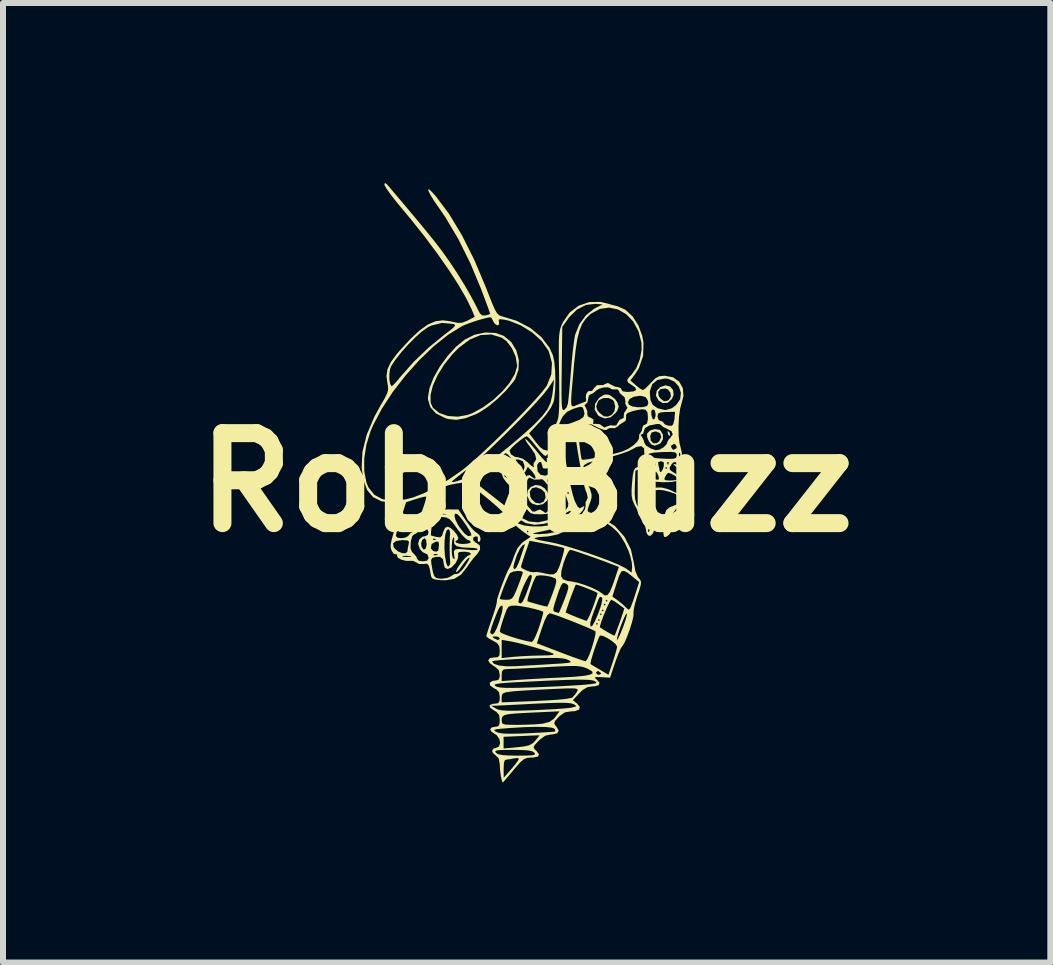
<source format=kicad_pcb>
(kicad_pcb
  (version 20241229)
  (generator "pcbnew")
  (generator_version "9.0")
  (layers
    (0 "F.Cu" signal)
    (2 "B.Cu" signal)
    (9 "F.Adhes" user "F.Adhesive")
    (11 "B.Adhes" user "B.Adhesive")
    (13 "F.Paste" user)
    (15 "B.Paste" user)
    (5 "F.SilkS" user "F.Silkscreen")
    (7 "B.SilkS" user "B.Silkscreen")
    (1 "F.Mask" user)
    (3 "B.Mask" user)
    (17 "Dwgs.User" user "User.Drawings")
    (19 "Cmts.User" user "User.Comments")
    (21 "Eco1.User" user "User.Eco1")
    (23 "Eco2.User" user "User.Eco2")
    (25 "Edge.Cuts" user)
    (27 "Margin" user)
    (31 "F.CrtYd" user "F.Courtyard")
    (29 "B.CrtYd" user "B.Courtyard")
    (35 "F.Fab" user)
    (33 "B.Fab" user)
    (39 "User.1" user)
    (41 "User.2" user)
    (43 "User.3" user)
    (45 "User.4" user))
  (footprint "RoboBuzz"
    (layer "F.Cu")
    (at 5.729 4.991)
    (property "Reference" "RoboBuzz" (at 0 0 0) (layer "F.SilkS") (effects (font (size 1.5 1.5) (thickness 0.3))))
    (attr board_only exclude_from_pos_files exclude_from_bom)
    (fp_poly (pts (xy 2.372 -0.843) (xy 2.384 -0.819) (xy 2.393 -0.774) (xy 2.371 -0.783) (xy 2.356 -0.804) (xy 2.346 -0.846) (xy 2.35 -0.853)) (stroke (width 0) (type solid)) (fill yes) (layer "F.SilkS"))
    (fp_poly (pts (xy 2.391 -1.598) (xy 2.44 -1.54) (xy 2.449 -1.459) (xy 2.421 -1.391) (xy 2.35 -1.327) (xy 2.267 -1.323) (xy 2.199 -1.365) (xy 2.153 -1.447) (xy 2.164 -1.508) (xy 2.191 -1.508) (xy 2.2 -1.439) (xy 2.231 -1.397) (xy 2.287 -1.354) (xy 2.337 -1.358) (xy 2.368 -1.375) (xy 2.403 -1.428) (xy 2.396 -1.495) (xy 2.354 -1.55) (xy 2.313 -1.566) (xy 2.231 -1.556) (xy 2.191 -1.508) (xy 2.164 -1.508) (xy 2.168 -1.529) (xy 2.227 -1.589) (xy 2.315 -1.619)) (stroke (width 0) (type solid)) (fill yes) (layer "F.SilkS"))
    (fp_poly (pts (xy 2.213 -0.877) (xy 2.229 -0.866) (xy 2.271 -0.797) (xy 2.27 -0.716) (xy 2.228 -0.651) (xy 2.215 -0.643) (xy 2.135 -0.613) (xy 2.079 -0.632) (xy 2.037 -0.685) (xy 2.006 -0.759) (xy 2.007 -0.773) (xy 2.058 -0.773) (xy 2.068 -0.695) (xy 2.112 -0.652) (xy 2.172 -0.656) (xy 2.212 -0.688) (xy 2.243 -0.76) (xy 2.222 -0.821) (xy 2.159 -0.849) (xy 2.148 -0.85) (xy 2.083 -0.833) (xy 2.058 -0.773) (xy 2.007 -0.773) (xy 2.007 -0.814) (xy 2.057 -0.866) (xy 2.136 -0.889)) (stroke (width 0) (type solid)) (fill yes) (layer "F.SilkS"))
    (fp_poly (pts (xy 0.227 0.054) (xy 0.301 0.1) (xy 0.351 0.17) (xy 0.361 0.251) (xy 0.34 0.304) (xy 0.269 0.363) (xy 0.177 0.38) (xy 0.09 0.353) (xy 0.051 0.315) (xy 0.005 0.218) (xy 0.015 0.155) (xy 0.051 0.155) (xy 0.06 0.237) (xy 0.081 0.279) (xy 0.147 0.339) (xy 0.221 0.351) (xy 0.284 0.32) (xy 0.315 0.251) (xy 0.302 0.168) (xy 0.247 0.114) (xy 0.157 0.08) (xy 0.087 0.098) (xy 0.051 0.155) (xy 0.015 0.155) (xy 0.019 0.135) (xy 0.065 0.079) (xy 0.144 0.043)) (stroke (width 0) (type solid)) (fill yes) (layer "F.SilkS"))
    (fp_poly (pts (xy 1.395 -1.449) (xy 1.471 -1.391) (xy 1.513 -1.33) (xy 1.533 -1.263) (xy 1.513 -1.202) (xy 1.486 -1.162) (xy 1.399 -1.085) (xy 1.301 -1.066) (xy 1.207 -1.104) (xy 1.187 -1.122) (xy 1.134 -1.213) (xy 1.137 -1.269) (xy 1.158 -1.269) (xy 1.175 -1.205) (xy 1.219 -1.155) (xy 1.288 -1.101) (xy 1.354 -1.098) (xy 1.413 -1.124) (xy 1.46 -1.18) (xy 1.475 -1.264) (xy 1.456 -1.346) (xy 1.437 -1.373) (xy 1.366 -1.407) (xy 1.279 -1.406) (xy 1.207 -1.373) (xy 1.188 -1.349) (xy 1.158 -1.269) (xy 1.137 -1.269) (xy 1.14 -1.311) (xy 1.202 -1.402) (xy 1.226 -1.422) (xy 1.296 -1.464) (xy 1.356 -1.464)) (stroke (width 0) (type solid)) (fill yes) (layer "F.SilkS"))
    (fp_poly (pts (xy -0.518 -2.491) (xy -0.385 -2.444) (xy -0.259 -2.341) (xy -0.173 -2.201) (xy -0.131 -2.041) (xy -0.137 -1.876) (xy -0.193 -1.721) (xy -0.22 -1.681) (xy -0.342 -1.535) (xy -0.489 -1.39) (xy -0.645 -1.261) (xy -0.791 -1.165) (xy -0.842 -1.139) (xy -1.023 -1.07) (xy -1.174 -1.043) (xy -1.31 -1.057) (xy -1.36 -1.073) (xy -1.512 -1.15) (xy -1.606 -1.253) (xy -1.645 -1.383) (xy -1.646 -1.417) (xy -1.639 -1.458) (xy -1.603 -1.458) (xy -1.601 -1.328) (xy -1.563 -1.244) (xy -1.457 -1.157) (xy -1.313 -1.107) (xy -1.147 -1.096) (xy -0.978 -1.127) (xy -0.902 -1.156) (xy -0.725 -1.253) (xy -0.556 -1.377) (xy -0.406 -1.517) (xy -0.284 -1.662) (xy -0.199 -1.804) (xy -0.161 -1.931) (xy -0.16 -1.953) (xy -0.184 -2.097) (xy -0.247 -2.238) (xy -0.336 -2.354) (xy -0.417 -2.413) (xy -0.589 -2.466) (xy -0.767 -2.456) (xy -0.947 -2.382) (xy -1.13 -2.246) (xy -1.235 -2.14) (xy -1.376 -1.964) (xy -1.487 -1.785) (xy -1.564 -1.613) (xy -1.603 -1.458) (xy -1.639 -1.458) (xy -1.621 -1.569) (xy -1.553 -1.744) (xy -1.45 -1.927) (xy -1.321 -2.104) (xy -1.177 -2.262) (xy -1.036 -2.378) (xy -0.871 -2.461) (xy -0.692 -2.499)) (stroke (width 0) (type solid)) (fill yes) (layer "F.SilkS"))
    (fp_poly (pts (xy -2.331 -4.97) (xy -2.3 -4.935) (xy -2.084 -4.68) (xy -1.905 -4.467) (xy -1.758 -4.291) (xy -1.638 -4.144) (xy -1.54 -4.023) (xy -1.459 -3.919) (xy -1.39 -3.827) (xy -1.389 -3.825) (xy -1.272 -3.659) (xy -1.148 -3.471) (xy -1.028 -3.276) (xy -0.923 -3.092) (xy -0.841 -2.937) (xy -0.823 -2.898) (xy -0.78 -2.817) (xy -0.74 -2.783) (xy -0.687 -2.783) (xy -0.628 -2.799) (xy -0.609 -2.811) (xy -0.62 -2.844) (xy -0.649 -2.926) (xy -0.693 -3.044) (xy -0.747 -3.188) (xy -0.757 -3.216) (xy -0.938 -3.65) (xy -1.139 -4.055) (xy -1.353 -4.416) (xy -1.457 -4.568) (xy -1.546 -4.696) (xy -1.607 -4.796) (xy -1.639 -4.862) (xy -1.641 -4.889) (xy -1.613 -4.874) (xy -1.551 -4.811) (xy -1.516 -4.771) (xy -1.293 -4.474) (xy -1.08 -4.121) (xy -0.874 -3.71) (xy -0.675 -3.238) (xy -0.641 -3.15) (xy -0.58 -2.995) (xy -0.534 -2.889) (xy -0.497 -2.824) (xy -0.462 -2.788) (xy -0.424 -2.772) (xy -0.42 -2.771) (xy -0.165 -2.693) (xy 0.059 -2.575) (xy 0.243 -2.424) (xy 0.378 -2.247) (xy 0.435 -2.125) (xy 0.459 -2.019) (xy 0.473 -1.871) (xy 0.478 -1.704) (xy 0.474 -1.54) (xy 0.46 -1.399) (xy 0.447 -1.338) (xy 0.403 -1.244) (xy 0.319 -1.124) (xy 0.227 -1.018) (xy 0.04 -0.818) (xy 0.151 -0.673) (xy 0.222 -0.589) (xy 0.279 -0.546) (xy 0.345 -0.53) (xy 0.387 -0.529) (xy 0.424 -0.532) (xy 0.548 -0.532) (xy 0.554 -0.49) (xy 0.565 -0.49) (xy 0.572 -0.533) (xy 0.567 -0.551) (xy 0.553 -0.563) (xy 0.548 -0.532) (xy 0.424 -0.532) (xy 0.469 -0.535) (xy 0.5 -0.556) (xy 0.499 -0.577) (xy 0.475 -0.706) (xy 0.518 -0.706) (xy 0.523 -0.66) (xy 0.534 -0.665) (xy 0.539 -0.731) (xy 0.534 -0.746) (xy 0.523 -0.75) (xy 0.518 -0.706) (xy 0.475 -0.706) (xy 0.462 -0.776) (xy 0.467 -0.834) (xy 0.481 -0.834) (xy 0.493 -0.807) (xy 0.502 -0.812) (xy 0.506 -0.851) (xy 0.502 -0.855) (xy 0.483 -0.851) (xy 0.481 -0.834) (xy 0.467 -0.834) (xy 0.474 -0.932) (xy 0.475 -0.936) (xy 0.533 -0.936) (xy 0.538 -0.93) (xy 0.58 -0.94) (xy 0.664 -0.965) (xy 0.763 -0.997) (xy 0.882 -1.044) (xy 0.946 -1.09) (xy 0.964 -1.147) (xy 0.945 -1.227) (xy 0.944 -1.229) (xy 0.925 -1.256) (xy 0.888 -1.26) (xy 0.815 -1.239) (xy 0.782 -1.229) (xy 0.676 -1.179) (xy 0.606 -1.107) (xy 0.576 -1.055) (xy 0.543 -0.98) (xy 0.533 -0.936) (xy 0.475 -0.936) (xy 0.497 -0.994) (xy 0.515 -1.036) (xy 0.528 -1.09) (xy 0.536 -1.165) (xy 0.541 -1.271) (xy 0.543 -1.415) (xy 0.543 -1.484) (xy 0.58 -1.484) (xy 0.582 -1.359) (xy 0.586 -1.276) (xy 0.594 -1.227) (xy 0.606 -1.206) (xy 0.622 -1.206) (xy 0.622 -1.206) (xy 0.663 -1.248) (xy 0.686 -1.31) (xy 0.688 -1.327) (xy 0.741 -1.327) (xy 0.748 -1.284) (xy 0.765 -1.268) (xy 0.791 -1.271) (xy 0.825 -1.286) (xy 0.962 -1.286) (xy 0.987 -1.244) (xy 1.012 -1.181) (xy 1.009 -1.147) (xy 1.018 -1.101) (xy 1.061 -1.08) (xy 1.112 -1.05) (xy 1.111 -1.01) (xy 1.108 -0.973) (xy 1.15 -0.977) (xy 1.22 -0.97) (xy 1.25 -0.946) (xy 1.296 -0.915) (xy 1.334 -0.932) (xy 1.397 -0.953) (xy 1.438 -0.948) (xy 1.493 -0.95) (xy 1.516 -0.993) (xy 1.551 -1.046) (xy 1.583 -1.058) (xy 1.619 -1.079) (xy 1.617 -1.102) (xy 1.623 -1.158) (xy 1.65 -1.196) (xy 1.68 -1.245) (xy 1.665 -1.268) (xy 1.643 -1.313) (xy 1.645 -1.338) (xy 1.687 -1.338) (xy 1.703 -1.295) (xy 1.758 -1.267) (xy 1.848 -1.253) (xy 1.941 -1.255) (xy 2.008 -1.275) (xy 2.028 -1.324) (xy 2.017 -1.371) (xy 1.981 -1.423) (xy 1.911 -1.442) (xy 1.879 -1.443) (xy 1.782 -1.428) (xy 1.714 -1.389) (xy 1.687 -1.338) (xy 1.645 -1.338) (xy 1.646 -1.351) (xy 1.634 -1.416) (xy 1.601 -1.445) (xy 1.551 -1.489) (xy 1.549 -1.494) (xy 2.053 -1.494) (xy 2.063 -1.372) (xy 2.1 -1.294) (xy 2.175 -1.241) (xy 2.194 -1.233) (xy 2.311 -1.205) (xy 2.417 -1.235) (xy 2.493 -1.292) (xy 2.558 -1.387) (xy 2.57 -1.494) (xy 2.537 -1.596) (xy 2.466 -1.678) (xy 2.362 -1.726) (xy 2.304 -1.732) (xy 2.177 -1.707) (xy 2.092 -1.636) (xy 2.054 -1.525) (xy 2.053 -1.494) (xy 1.549 -1.494) (xy 1.539 -1.521) (xy 1.515 -1.552) (xy 1.479 -1.55) (xy 1.419 -1.552) (xy 1.397 -1.568) (xy 1.353 -1.586) (xy 1.279 -1.582) (xy 1.202 -1.559) (xy 1.149 -1.524) (xy 1.145 -1.518) (xy 1.095 -1.479) (xy 1.073 -1.475) (xy 1.036 -1.447) (xy 1.026 -1.398) (xy 1.012 -1.333) (xy 0.986 -1.307) (xy 0.962 -1.286) (xy 0.825 -1.286) (xy 0.827 -1.287) (xy 0.854 -1.298) (xy 0.932 -1.329) (xy 0.981 -1.346) (xy 0.986 -1.347) (xy 0.992 -1.373) (xy 0.985 -1.41) (xy 0.989 -1.467) (xy 1.017 -1.514) (xy 1.054 -1.528) (xy 1.067 -1.52) (xy 1.093 -1.53) (xy 1.122 -1.571) (xy 1.171 -1.621) (xy 1.209 -1.622) (xy 1.275 -1.623) (xy 1.303 -1.639) (xy 1.354 -1.658) (xy 1.399 -1.633) (xy 1.474 -1.596) (xy 1.519 -1.589) (xy 1.57 -1.572) (xy 1.579 -1.547) (xy 1.601 -1.518) (xy 1.676 -1.508) (xy 1.78 -1.517) (xy 1.826 -1.542) (xy 1.81 -1.581) (xy 1.763 -1.615) (xy 1.691 -1.664) (xy 1.674 -1.706) (xy 1.711 -1.76) (xy 1.747 -1.795) (xy 1.826 -1.904) (xy 1.885 -2.051) (xy 1.915 -2.21) (xy 1.913 -2.329) (xy 1.862 -2.523) (xy 1.775 -2.683) (xy 1.658 -2.805) (xy 1.521 -2.883) (xy 1.373 -2.914) (xy 1.22 -2.892) (xy 1.073 -2.813) (xy 1.054 -2.798) (xy 0.982 -2.726) (xy 0.925 -2.642) (xy 0.88 -2.534) (xy 0.844 -2.394) (xy 0.816 -2.212) (xy 0.79 -1.978) (xy 0.785 -1.916) (xy 0.765 -1.692) (xy 0.75 -1.523) (xy 0.742 -1.404) (xy 0.741 -1.327) (xy 0.688 -1.327) (xy 0.694 -1.372) (xy 0.706 -1.484) (xy 0.719 -1.631) (xy 0.733 -1.8) (xy 0.738 -1.86) (xy 0.753 -2.039) (xy 0.77 -2.207) (xy 0.788 -2.348) (xy 0.804 -2.446) (xy 0.808 -2.463) (xy 0.877 -2.635) (xy 0.986 -2.784) (xy 1.119 -2.892) (xy 1.143 -2.905) (xy 1.267 -2.967) (xy 1.144 -2.977) (xy 0.988 -2.958) (xy 0.839 -2.882) (xy 0.708 -2.754) (xy 0.69 -2.729) (xy 0.593 -2.592) (xy 0.584 -1.89) (xy 0.581 -1.658) (xy 0.58 -1.484) (xy 0.543 -1.484) (xy 0.542 -1.607) (xy 0.54 -1.807) (xy 0.536 -2.039) (xy 0.535 -2.216) (xy 0.536 -2.348) (xy 0.541 -2.446) (xy 0.55 -2.517) (xy 0.563 -2.573) (xy 0.582 -2.623) (xy 0.606 -2.674) (xy 0.717 -2.833) (xy 0.866 -2.945) (xy 1.04 -3.006) (xy 1.228 -3.009) (xy 1.334 -2.985) (xy 1.435 -2.956) (xy 1.513 -2.937) (xy 1.646 -2.877) (xy 1.766 -2.766) (xy 1.862 -2.616) (xy 1.927 -2.44) (xy 1.947 -2.326) (xy 1.94 -2.107) (xy 1.871 -1.907) (xy 1.806 -1.804) (xy 1.728 -1.7) (xy 1.818 -1.621) (xy 1.884 -1.568) (xy 1.932 -1.541) (xy 1.937 -1.54) (xy 1.973 -1.562) (xy 2.032 -1.619) (xy 2.069 -1.659) (xy 2.143 -1.734) (xy 2.21 -1.77) (xy 2.299 -1.778) (xy 2.303 -1.778) (xy 2.44 -1.752) (xy 2.543 -1.678) (xy 2.603 -1.57) (xy 2.613 -1.438) (xy 2.585 -1.333) (xy 2.557 -1.228) (xy 2.538 -1.086) (xy 2.53 -0.927) (xy 2.533 -0.774) (xy 2.548 -0.648) (xy 2.563 -0.593) (xy 2.586 -0.496) (xy 2.585 -0.411) (xy 2.583 -0.349) (xy 2.617 -0.302) (xy 2.68 -0.259) (xy 2.745 -0.218) (xy 2.776 -0.178) (xy 2.782 -0.117) (xy 2.774 -0.024) (xy 2.754 0.136) (xy 2.733 0.251) (xy 2.705 0.338) (xy 2.664 0.415) (xy 2.602 0.501) (xy 2.585 0.523) (xy 2.511 0.626) (xy 2.454 0.72) (xy 2.425 0.784) (xy 2.385 0.859) (xy 2.341 0.898) (xy 2.306 0.912) (xy 2.287 0.9) (xy 2.279 0.85) (xy 2.277 0.75) (xy 2.277 0.729) (xy 2.289 0.566) (xy 2.327 0.46) (xy 2.39 0.41) (xy 2.406 0.406) (xy 2.495 0.37) (xy 2.532 0.297) (xy 2.534 0.275) (xy 2.522 0.226) (xy 2.479 0.191) (xy 2.387 0.159) (xy 2.381 0.157) (xy 2.278 0.131) (xy 2.201 0.124) (xy 2.116 0.134) (xy 2.061 0.146) (xy 2.004 0.184) (xy 1.983 0.251) (xy 1.994 0.326) (xy 2.033 0.385) (xy 2.097 0.407) (xy 2.101 0.407) (xy 2.135 0.409) (xy 2.153 0.433) (xy 2.158 0.492) (xy 2.154 0.601) (xy 2.154 0.609) (xy 2.137 0.752) (xy 2.106 0.848) (xy 2.063 0.891) (xy 2.024 0.884) (xy 1.996 0.838) (xy 1.99 0.802) (xy 2.02 0.802) (xy 2.032 0.828) (xy 2.042 0.823) (xy 2.046 0.785) (xy 2.042 0.78) (xy 2.023 0.785) (xy 2.02 0.802) (xy 1.99 0.802) (xy 1.988 0.788) (xy 1.973 0.726) (xy 1.932 0.628) (xy 1.874 0.514) (xy 1.863 0.493) (xy 1.8 0.38) (xy 1.764 0.297) (xy 1.749 0.22) (xy 1.749 0.187) (xy 1.8 0.187) (xy 1.807 0.279) (xy 1.83 0.358) (xy 1.877 0.45) (xy 1.923 0.531) (xy 1.982 0.625) (xy 2.027 0.684) (xy 2.051 0.7) (xy 2.053 0.693) (xy 2.047 0.673) (xy 2.093 0.673) (xy 2.096 0.743) (xy 2.102 0.762) (xy 2.107 0.746) (xy 2.113 0.652) (xy 2.107 0.601) (xy 2.099 0.586) (xy 2.094 0.626) (xy 2.093 0.673) (xy 2.047 0.673) (xy 2.036 0.633) (xy 1.995 0.544) (xy 1.955 0.473) (xy 1.95 0.465) (xy 2.085 0.465) (xy 2.101 0.481) (xy 2.117 0.465) (xy 2.101 0.449) (xy 2.085 0.465) (xy 1.95 0.465) (xy 1.917 0.401) (xy 1.956 0.401) (xy 1.972 0.417) (xy 1.988 0.401) (xy 1.972 0.385) (xy 1.956 0.401) (xy 1.917 0.401) (xy 1.893 0.354) (xy 1.884 0.321) (xy 1.924 0.321) (xy 1.936 0.347) (xy 1.946 0.342) (xy 1.949 0.304) (xy 1.946 0.299) (xy 1.927 0.304) (xy 1.924 0.321) (xy 1.884 0.321) (xy 1.866 0.256) (xy 1.866 0.23) (xy 1.88 0.18) (xy 1.883 0.176) (xy 1.924 0.176) (xy 1.94 0.192) (xy 1.956 0.176) (xy 1.94 0.16) (xy 1.924 0.176) (xy 1.883 0.176) (xy 1.916 0.147) (xy 1.99 0.121) (xy 2.055 0.106) (xy 2.169 0.085) (xy 2.255 0.086) (xy 2.346 0.109) (xy 2.392 0.126) (xy 2.503 0.181) (xy 2.555 0.246) (xy 2.551 0.33) (xy 2.492 0.439) (xy 2.468 0.473) (xy 2.406 0.55) (xy 2.357 0.599) (xy 2.338 0.609) (xy 2.317 0.637) (xy 2.309 0.691) (xy 2.314 0.726) (xy 2.332 0.726) (xy 2.371 0.688) (xy 2.439 0.604) (xy 2.47 0.563) (xy 2.548 0.454) (xy 2.609 0.352) (xy 2.642 0.276) (xy 2.645 0.265) (xy 2.669 0.104) (xy 2.672 0.078) (xy 2.696 0.078) (xy 2.702 0.119) (xy 2.713 0.12) (xy 2.721 0.077) (xy 2.716 0.058) (xy 2.702 0.046) (xy 2.696 0.078) (xy 2.672 0.078) (xy 2.68 -0.006) (xy 2.677 -0.08) (xy 2.656 -0.13) (xy 2.616 -0.17) (xy 2.562 -0.207) (xy 2.489 -0.26) (xy 2.45 -0.298) (xy 2.447 -0.309) (xy 2.481 -0.303) (xy 2.545 -0.267) (xy 2.619 -0.214) (xy 2.686 -0.157) (xy 2.728 -0.109) (xy 2.732 -0.102) (xy 2.75 -0.065) (xy 2.755 -0.088) (xy 2.756 -0.103) (xy 2.732 -0.15) (xy 2.668 -0.215) (xy 2.609 -0.26) (xy 2.523 -0.317) (xy 2.473 -0.34) (xy 2.442 -0.333) (xy 2.416 -0.303) (xy 2.382 -0.248) (xy 2.386 -0.211) (xy 2.436 -0.173) (xy 2.472 -0.152) (xy 2.543 -0.099) (xy 2.554 -0.056) (xy 2.51 -0.025) (xy 2.416 -0.007) (xy 2.275 -0.003) (xy 2.093 -0.016) (xy 1.966 -0.038) (xy 1.9 -0.07) (xy 1.897 -0.109) (xy 1.904 -0.114) (xy 2.02 -0.114) (xy 2.048 -0.083) (xy 2.109 -0.057) (xy 2.177 -0.045) (xy 2.204 -0.049) (xy 2.203 -0.055) (xy 2.293 -0.055) (xy 2.312 -0.037) (xy 2.379 -0.032) (xy 2.404 -0.032) (xy 2.485 -0.038) (xy 2.53 -0.053) (xy 2.534 -0.059) (xy 2.508 -0.087) (xy 2.451 -0.123) (xy 2.389 -0.153) (xy 2.357 -0.16) (xy 2.333 -0.136) (xy 2.309 -0.096) (xy 2.293 -0.055) (xy 2.203 -0.055) (xy 2.202 -0.077) (xy 2.191 -0.123) (xy 2.16 -0.177) (xy 2.126 -0.178) (xy 2.066 -0.162) (xy 2.05 -0.16) (xy 2.023 -0.134) (xy 2.02 -0.114) (xy 1.904 -0.114) (xy 1.957 -0.155) (xy 2.02 -0.184) (xy 2.114 -0.235) (xy 2.149 -0.29) (xy 2.149 -0.292) (xy 2.144 -0.322) (xy 2.12 -0.328) (xy 2.063 -0.309) (xy 1.98 -0.272) (xy 1.812 -0.194) (xy 1.803 0.058) (xy 1.8 0.187) (xy 1.749 0.187) (xy 1.748 0.123) (xy 1.755 0.021) (xy 1.768 -0.114) (xy 1.785 -0.197) (xy 1.809 -0.238) (xy 1.824 -0.246) (xy 1.939 -0.291) (xy 1.992 -0.333) (xy 1.991 -0.338) (xy 2.191 -0.338) (xy 2.193 -0.302) (xy 2.211 -0.228) (xy 2.213 -0.204) (xy 2.224 -0.17) (xy 2.248 -0.183) (xy 2.274 -0.232) (xy 2.276 -0.241) (xy 2.309 -0.241) (xy 2.325 -0.224) (xy 2.341 -0.241) (xy 2.325 -0.257) (xy 2.309 -0.241) (xy 2.276 -0.241) (xy 2.285 -0.272) (xy 2.286 -0.321) (xy 2.341 -0.321) (xy 2.353 -0.294) (xy 2.363 -0.299) (xy 2.366 -0.337) (xy 2.363 -0.342) (xy 2.343 -0.338) (xy 2.341 -0.321) (xy 2.286 -0.321) (xy 2.286 -0.333) (xy 2.25 -0.352) (xy 2.237 -0.353) (xy 2.191 -0.338) (xy 1.991 -0.338) (xy 1.986 -0.372) (xy 1.963 -0.435) (xy 1.962 -0.46) (xy 2.02 -0.46) (xy 2.041 -0.431) (xy 2.105 -0.411) (xy 2.222 -0.399) (xy 2.349 -0.393) (xy 2.442 -0.394) (xy 2.488 -0.408) (xy 2.501 -0.441) (xy 2.502 -0.451) (xy 2.499 -0.468) (xy 2.536 -0.468) (xy 2.542 -0.426) (xy 2.553 -0.426) (xy 2.561 -0.469) (xy 2.555 -0.487) (xy 2.541 -0.499) (xy 2.536 -0.468) (xy 2.499 -0.468) (xy 2.496 -0.483) (xy 2.47 -0.501) (xy 2.411 -0.508) (xy 2.306 -0.507) (xy 2.261 -0.506) (xy 2.119 -0.497) (xy 2.04 -0.479) (xy 2.02 -0.46) (xy 1.962 -0.46) (xy 1.962 -0.487) (xy 1.955 -0.569) (xy 1.909 -0.605) (xy 1.831 -0.591) (xy 1.773 -0.559) (xy 1.695 -0.52) (xy 1.569 -0.475) (xy 1.414 -0.429) (xy 1.298 -0.4) (xy 1.13 -0.36) (xy 1.019 -0.326) (xy 0.956 -0.288) (xy 0.934 -0.236) (xy 0.948 -0.159) (xy 0.99 -0.049) (xy 1.015 0.014) (xy 1.06 0.126) (xy 1.081 0.199) (xy 1.081 0.257) (xy 1.062 0.321) (xy 1.049 0.353) (xy 1.02 0.436) (xy 1.015 0.477) (xy 1.037 0.496) (xy 1.052 0.5) (xy 1.11 0.523) (xy 1.201 0.564) (xy 1.275 0.599) (xy 1.473 0.73) (xy 1.629 0.906) (xy 1.736 1.115) (xy 1.787 1.343) (xy 1.811 1.478) (xy 1.852 1.574) (xy 1.864 1.59) (xy 1.894 1.626) (xy 1.906 1.662) (xy 1.9 1.715) (xy 1.875 1.801) (xy 1.844 1.893) (xy 1.808 2.012) (xy 1.785 2.113) (xy 1.779 2.177) (xy 1.781 2.183) (xy 1.778 2.237) (xy 1.755 2.332) (xy 1.719 2.446) (xy 1.677 2.562) (xy 1.635 2.661) (xy 1.6 2.723) (xy 1.59 2.733) (xy 1.565 2.772) (xy 1.528 2.856) (xy 1.485 2.97) (xy 1.473 3.005) (xy 1.389 3.255) (xy 1.248 3.246) (xy 1.164 3.243) (xy 1.135 3.25) (xy 1.15 3.272) (xy 1.163 3.282) (xy 1.213 3.339) (xy 1.203 3.379) (xy 1.134 3.398) (xy 1.102 3.399) (xy 1.014 3.412) (xy 0.937 3.457) (xy 0.877 3.514) (xy 0.769 3.629) (xy 0.839 3.686) (xy 0.886 3.743) (xy 0.873 3.787) (xy 0.804 3.812) (xy 0.742 3.816) (xy 0.638 3.832) (xy 0.552 3.89) (xy 0.53 3.912) (xy 0.473 3.975) (xy 0.458 4.014) (xy 0.478 4.052) (xy 0.495 4.07) (xy 0.533 4.136) (xy 0.511 4.181) (xy 0.433 4.2) (xy 0.405 4.201) (xy 0.311 4.221) (xy 0.219 4.287) (xy 0.198 4.308) (xy 0.136 4.374) (xy 0.115 4.413) (xy 0.13 4.445) (xy 0.159 4.472) (xy 0.204 4.53) (xy 0.19 4.568) (xy 0.114 4.585) (xy 0.07 4.586) (xy 0.007 4.592) (xy -0.046 4.613) (xy -0.104 4.662) (xy -0.18 4.747) (xy -0.221 4.795) (xy -0.3 4.89) (xy -0.362 4.962) (xy -0.397 5) (xy -0.401 5.003) (xy -0.412 4.975) (xy -0.428 4.908) (xy -0.429 4.903) (xy -0.444 4.794) (xy -0.445 4.771) (xy -0.384 4.771) (xy -0.383 4.923) (xy -0.257 4.779) (xy -0.189 4.697) (xy -0.143 4.634) (xy -0.129 4.606) (xy -0.154 4.592) (xy -0.2 4.598) (xy -0.284 4.614) (xy -0.329 4.618) (xy -0.364 4.63) (xy -0.38 4.676) (xy -0.384 4.771) (xy -0.445 4.771) (xy -0.449 4.695) (xy -0.467 4.6) (xy -0.513 4.554) (xy -0.564 4.508) (xy -0.572 4.488) (xy -0.524 4.488) (xy -0.513 4.506) (xy -0.477 4.53) (xy -0.409 4.544) (xy -0.298 4.552) (xy -0.152 4.554) (xy -0.007 4.553) (xy 0.083 4.549) (xy 0.129 4.54) (xy 0.139 4.524) (xy 0.128 4.506) (xy 0.092 4.482) (xy 0.024 4.467) (xy -0.087 4.46) (xy -0.232 4.458) (xy -0.377 4.459) (xy -0.468 4.463) (xy -0.514 4.472) (xy -0.524 4.488) (xy -0.572 4.488) (xy -0.577 4.473) (xy -0.551 4.435) (xy -0.513 4.426) (xy -0.462 4.402) (xy -0.443 4.345) (xy -0.456 4.276) (xy -0.481 4.24) (xy -0.385 4.24) (xy -0.385 4.337) (xy -0.385 4.435) (xy -0.158 4.414) (xy -0.032 4.399) (xy 0.05 4.377) (xy 0.107 4.343) (xy 0.143 4.305) (xy 0.191 4.247) (xy 0.214 4.217) (xy 0.214 4.216) (xy 0.182 4.216) (xy 0.1 4.219) (xy -0.017 4.224) (xy -0.088 4.227) (xy -0.385 4.24) (xy -0.481 4.24) (xy -0.498 4.215) (xy -0.529 4.195) (xy -0.588 4.154) (xy -0.604 4.125) (xy -0.54 4.125) (xy -0.535 4.141) (xy -0.509 4.158) (xy -0.46 4.176) (xy -0.384 4.186) (xy -0.271 4.189) (xy -0.109 4.186) (xy 0.016 4.181) (xy 0.179 4.173) (xy 0.316 4.165) (xy 0.418 4.158) (xy 0.471 4.153) (xy 0.476 4.151) (xy 0.473 4.12) (xy 0.466 4.107) (xy 0.421 4.088) (xy 0.319 4.077) (xy 0.164 4.074) (xy -0.036 4.079) (xy -0.275 4.093) (xy -0.287 4.094) (xy -0.424 4.105) (xy -0.505 4.114) (xy -0.54 4.125) (xy -0.604 4.125) (xy -0.609 4.116) (xy -0.582 4.083) (xy -0.529 4.073) (xy -0.475 4.065) (xy -0.453 4.026) (xy -0.449 3.962) (xy -0.449 3.961) (xy -0.417 3.961) (xy -0.414 4) (xy -0.398 4.024) (xy -0.355 4.036) (xy -0.272 4.04) (xy -0.149 4.041) (xy -0.001 4.038) (xy 0.142 4.032) (xy 0.253 4.023) (xy 0.265 4.021) (xy 0.378 3.993) (xy 0.455 3.938) (xy 0.479 3.908) (xy 0.548 3.815) (xy 0.138 3.834) (xy -0.063 3.844) (xy -0.208 3.853) (xy -0.307 3.864) (xy -0.369 3.878) (xy -0.401 3.899) (xy -0.415 3.927) (xy -0.417 3.961) (xy -0.449 3.961) (xy -0.46 3.876) (xy -0.507 3.823) (xy -0.546 3.8) (xy -0.612 3.752) (xy -0.616 3.722) (xy -0.593 3.722) (xy -0.513 3.77) (xy -0.472 3.788) (xy -0.413 3.799) (xy -0.326 3.805) (xy -0.202 3.806) (xy -0.029 3.801) (xy 0.105 3.797) (xy 0.292 3.788) (xy 0.464 3.779) (xy 0.607 3.769) (xy 0.709 3.76) (xy 0.746 3.754) (xy 0.813 3.738) (xy 0.824 3.722) (xy 0.785 3.697) (xy 0.781 3.695) (xy 0.735 3.681) (xy 0.654 3.674) (xy 0.531 3.673) (xy 0.357 3.678) (xy 0.14 3.688) (xy -0.051 3.698) (xy -0.224 3.707) (xy -0.367 3.714) (xy -0.469 3.719) (xy -0.513 3.721) (xy -0.593 3.722) (xy -0.616 3.722) (xy -0.617 3.712) (xy -0.563 3.69) (xy -0.527 3.688) (xy -0.474 3.679) (xy -0.452 3.639) (xy -0.449 3.584) (xy -0.417 3.584) (xy -0.417 3.666) (xy 0.151 3.643) (xy 0.356 3.633) (xy 0.529 3.621) (xy 0.66 3.607) (xy 0.741 3.593) (xy 0.762 3.585) (xy 0.813 3.527) (xy 0.839 3.486) (xy 0.85 3.462) (xy 0.845 3.446) (xy 0.817 3.436) (xy 0.757 3.433) (xy 0.655 3.434) (xy 0.503 3.44) (xy 0.396 3.445) (xy 0.212 3.454) (xy 0.035 3.464) (xy -0.117 3.474) (xy -0.226 3.482) (xy -0.249 3.485) (xy -0.347 3.498) (xy -0.397 3.518) (xy -0.415 3.552) (xy -0.417 3.584) (xy -0.449 3.584) (xy -0.449 3.58) (xy -0.46 3.498) (xy -0.504 3.451) (xy -0.543 3.432) (xy -0.608 3.387) (xy -0.609 3.383) (xy -0.534 3.383) (xy -0.524 3.392) (xy -0.492 3.408) (xy -0.439 3.419) (xy -0.357 3.424) (xy -0.236 3.425) (xy -0.068 3.422) (xy 0.144 3.415) (xy 0.354 3.406) (xy 0.559 3.397) (xy 0.743 3.387) (xy 0.891 3.378) (xy 0.978 3.371) (xy 1.092 3.359) (xy 1.151 3.348) (xy 1.164 3.334) (xy 1.138 3.314) (xy 1.133 3.311) (xy 1.097 3.299) (xy 1.036 3.291) (xy 0.943 3.288) (xy 0.81 3.288) (xy 0.631 3.293) (xy 0.399 3.302) (xy 0.24 3.31) (xy -0.012 3.322) (xy -0.206 3.332) (xy -0.349 3.341) (xy -0.446 3.35) (xy -0.506 3.36) (xy -0.533 3.371) (xy -0.534 3.383) (xy -0.609 3.383) (xy -0.617 3.341) (xy -0.572 3.309) (xy -0.526 3.303) (xy -0.471 3.292) (xy -0.451 3.246) (xy -0.449 3.211) (xy -0.417 3.211) (xy -0.417 3.312) (xy -0.152 3.292) (xy -0.019 3.283) (xy 0.157 3.273) (xy 0.354 3.262) (xy 0.552 3.253) (xy 0.585 3.251) (xy 0.803 3.239) (xy 0.96 3.223) (xy 1.058 3.204) (xy 1.1 3.18) (xy 1.098 3.175) (xy 1.155 3.175) (xy 1.181 3.203) (xy 1.205 3.207) (xy 1.238 3.192) (xy 1.235 3.175) (xy 1.194 3.144) (xy 1.185 3.143) (xy 1.155 3.167) (xy 1.155 3.175) (xy 1.098 3.175) (xy 1.09 3.149) (xy 1.029 3.112) (xy 1.002 3.099) (xy 0.951 3.08) (xy 0.894 3.067) (xy 0.82 3.06) (xy 0.718 3.06) (xy 0.577 3.065) (xy 0.384 3.075) (xy 0.337 3.078) (xy 0.148 3.089) (xy -0.025 3.098) (xy -0.17 3.105) (xy -0.273 3.109) (xy -0.313 3.11) (xy -0.384 3.117) (xy -0.412 3.149) (xy -0.417 3.211) (xy -0.449 3.211) (xy -0.449 3.208) (xy -0.465 3.129) (xy -0.525 3.074) (xy -0.545 3.063) (xy -0.611 3.016) (xy -0.633 2.982) (xy -0.577 2.982) (xy -0.547 3.023) (xy -0.462 3.052) (xy -0.331 3.065) (xy -0.176 3.063) (xy -0.029 3.054) (xy 0.153 3.044) (xy 0.341 3.033) (xy 0.43 3.027) (xy 0.549 3.02) (xy 1.062 3.02) (xy 1.063 3.028) (xy 1.095 3.048) (xy 1.164 3.089) (xy 1.219 3.121) (xy 1.363 3.206) (xy 1.435 2.992) (xy 1.471 2.879) (xy 1.497 2.788) (xy 1.507 2.737) (xy 1.507 2.736) (xy 1.483 2.696) (xy 1.423 2.645) (xy 1.399 2.629) (xy 1.503 2.629) (xy 1.504 2.63) (xy 1.524 2.602) (xy 1.559 2.529) (xy 1.601 2.425) (xy 1.609 2.405) (xy 1.646 2.298) (xy 1.668 2.219) (xy 1.67 2.182) (xy 1.668 2.181) (xy 1.647 2.209) (xy 1.612 2.283) (xy 1.571 2.387) (xy 1.564 2.405) (xy 1.528 2.513) (xy 1.507 2.592) (xy 1.503 2.629) (xy 1.399 2.629) (xy 1.347 2.595) (xy 1.275 2.56) (xy 1.226 2.551) (xy 1.219 2.555) (xy 1.198 2.596) (xy 1.167 2.676) (xy 1.131 2.776) (xy 1.098 2.879) (xy 1.073 2.966) (xy 1.062 3.02) (xy 0.549 3.02) (xy 0.582 3.018) (xy 0.678 3.009) (xy 0.726 3) (xy 0.734 2.987) (xy 0.711 2.97) (xy 0.692 2.959) (xy 0.649 2.943) (xy 0.588 2.932) (xy 0.501 2.926) (xy 0.378 2.925) (xy 0.209 2.929) (xy 0.013 2.936) (xy -0.174 2.944) (xy -0.336 2.954) (xy -0.464 2.964) (xy -0.548 2.974) (xy -0.577 2.982) (xy -0.633 2.982) (xy -0.641 2.969) (xy -0.641 2.966) (xy -0.613 2.928) (xy -0.545 2.918) (xy -0.481 2.912) (xy -0.454 2.881) (xy -0.449 2.806) (xy -0.452 2.776) (xy -0.417 2.776) (xy -0.417 2.928) (xy -0.22 2.907) (xy -0.086 2.897) (xy 0.078 2.889) (xy 0.235 2.885) (xy 0.237 2.885) (xy 0.371 2.882) (xy 0.442 2.873) (xy 0.451 2.858) (xy 0.446 2.855) (xy 0.386 2.829) (xy 0.28 2.794) (xy 0.147 2.754) (xy 0.002 2.713) (xy -0.12 2.682) (xy 0.17 2.682) (xy 0.558 2.831) (xy 0.706 2.887) (xy 0.834 2.933) (xy 0.929 2.966) (xy 0.978 2.981) (xy 0.981 2.981) (xy 1.006 2.953) (xy 1.041 2.879) (xy 1.081 2.772) (xy 1.09 2.742) (xy 1.124 2.627) (xy 1.145 2.537) (xy 1.149 2.488) (xy 1.148 2.484) (xy 1.108 2.462) (xy 1.023 2.423) (xy 0.907 2.375) (xy 0.866 2.358) (xy 1.058 2.358) (xy 1.067 2.404) (xy 1.077 2.399) (xy 1.221 2.399) (xy 1.222 2.416) (xy 1.271 2.449) (xy 1.341 2.491) (xy 1.41 2.53) (xy 1.456 2.553) (xy 1.464 2.555) (xy 1.478 2.524) (xy 1.507 2.448) (xy 1.546 2.343) (xy 1.552 2.326) (xy 1.59 2.218) (xy 1.616 2.138) (xy 1.626 2.101) (xy 1.626 2.1) (xy 1.599 2.08) (xy 1.54 2.037) (xy 1.527 2.026) (xy 1.459 1.98) (xy 1.414 1.957) (xy 1.41 1.956) (xy 1.388 1.983) (xy 1.353 2.053) (xy 1.311 2.147) (xy 1.27 2.248) (xy 1.238 2.338) (xy 1.221 2.399) (xy 1.077 2.399) (xy 1.093 2.391) (xy 1.113 2.357) (xy 1.155 2.357) (xy 1.171 2.373) (xy 1.187 2.357) (xy 1.171 2.341) (xy 1.155 2.357) (xy 1.113 2.357) (xy 1.134 2.321) (xy 1.146 2.293) (xy 1.187 2.293) (xy 1.203 2.309) (xy 1.219 2.293) (xy 1.203 2.277) (xy 1.187 2.293) (xy 1.146 2.293) (xy 1.187 2.198) (xy 1.187 2.197) (xy 1.219 2.197) (xy 1.235 2.213) (xy 1.251 2.197) (xy 1.235 2.181) (xy 1.219 2.197) (xy 1.187 2.197) (xy 1.196 2.175) (xy 1.211 2.133) (xy 1.251 2.133) (xy 1.267 2.149) (xy 1.283 2.133) (xy 1.267 2.117) (xy 1.251 2.133) (xy 1.211 2.133) (xy 1.244 2.036) (xy 1.283 2.036) (xy 1.299 2.053) (xy 1.315 2.036) (xy 1.299 2.02) (xy 1.283 2.036) (xy 1.244 2.036) (xy 1.245 2.032) (xy 1.256 1.972) (xy 1.315 1.972) (xy 1.331 1.988) (xy 1.347 1.972) (xy 1.331 1.956) (xy 1.315 1.972) (xy 1.256 1.972) (xy 1.261 1.943) (xy 1.253 1.914) (xy 1.219 1.908) (xy 1.199 1.943) (xy 1.174 2.008) (xy 1.138 2.105) (xy 1.117 2.158) (xy 1.083 2.256) (xy 1.062 2.333) (xy 1.058 2.358) (xy 0.866 2.358) (xy 0.775 2.321) (xy 0.642 2.27) (xy 0.523 2.225) (xy 0.432 2.194) (xy 0.384 2.181) (xy 0.384 2.181) (xy 0.345 2.211) (xy 0.299 2.301) (xy 0.252 2.431) (xy 0.17 2.682) (xy -0.12 2.682) (xy -0.135 2.678) (xy -0.249 2.653) (xy -0.281 2.647) (xy -0.417 2.624) (xy -0.417 2.776) (xy -0.452 2.776) (xy -0.458 2.726) (xy -0.496 2.676) (xy -0.561 2.639) (xy -0.633 2.6) (xy -0.667 2.571) (xy -0.568 2.571) (xy -0.556 2.59) (xy -0.545 2.598) (xy -0.479 2.628) (xy -0.45 2.608) (xy -0.449 2.598) (xy -0.476 2.573) (xy -0.521 2.566) (xy -0.568 2.571) (xy -0.667 2.571) (xy -0.671 2.568) (xy -0.673 2.562) (xy -0.663 2.523) (xy -0.657 2.503) (xy -0.609 2.503) (xy -0.584 2.531) (xy -0.568 2.534) (xy -0.538 2.505) (xy -0.529 2.488) (xy -0.449 2.488) (xy -0.421 2.51) (xy -0.347 2.541) (xy -0.244 2.577) (xy -0.129 2.612) (xy -0.018 2.64) (xy 0.071 2.657) (xy 0.085 2.659) (xy 0.112 2.632) (xy 0.15 2.558) (xy 0.193 2.451) (xy 0.205 2.416) (xy 0.242 2.3) (xy 0.267 2.21) (xy 0.277 2.162) (xy 0.276 2.157) (xy 0.231 2.137) (xy 0.143 2.112) (xy 0.091 2.1) (xy 0.445 2.1) (xy 0.446 2.138) (xy 0.465 2.156) (xy 0.476 2.159) (xy 0.524 2.173) (xy 0.534 2.177) (xy 0.538 2.169) (xy 0.651 2.169) (xy 0.684 2.185) (xy 0.755 2.215) (xy 0.843 2.251) (xy 0.927 2.283) (xy 0.986 2.304) (xy 0.998 2.307) (xy 1.018 2.28) (xy 1.053 2.208) (xy 1.095 2.103) (xy 1.104 2.08) (xy 1.143 1.97) (xy 1.165 1.902) (xy 1.428 1.902) (xy 1.521 1.969) (xy 1.6 2.032) (xy 1.663 2.092) (xy 1.665 2.094) (xy 1.692 2.118) (xy 1.713 2.114) (xy 1.737 2.073) (xy 1.77 1.985) (xy 1.796 1.906) (xy 1.875 1.661) (xy 1.78 1.583) (xy 1.682 1.505) (xy 1.619 1.472) (xy 1.577 1.486) (xy 1.542 1.552) (xy 1.501 1.672) (xy 1.428 1.902) (xy 1.165 1.902) (xy 1.17 1.887) (xy 1.18 1.845) (xy 1.18 1.843) (xy 1.14 1.821) (xy 1.065 1.789) (xy 0.975 1.753) (xy 0.891 1.723) (xy 0.833 1.705) (xy 0.819 1.704) (xy 0.802 1.738) (xy 0.773 1.813) (xy 0.736 1.91) (xy 0.7 2.012) (xy 0.67 2.101) (xy 0.652 2.158) (xy 0.651 2.169) (xy 0.538 2.169) (xy 0.548 2.151) (xy 0.578 2.08) (xy 0.619 1.978) (xy 0.629 1.954) (xy 0.673 1.835) (xy 0.693 1.762) (xy 0.691 1.72) (xy 0.671 1.698) (xy 0.631 1.677) (xy 0.601 1.68) (xy 0.573 1.718) (xy 0.539 1.8) (xy 0.503 1.906) (xy 0.464 2.027) (xy 0.445 2.1) (xy 0.091 2.1) (xy 0.033 2.086) (xy -0.079 2.066) (xy -0.171 2.054) (xy -0.197 2.053) (xy -0.261 2.056) (xy -0.303 2.073) (xy -0.334 2.119) (xy -0.367 2.208) (xy -0.382 2.251) (xy -0.417 2.359) (xy -0.441 2.446) (xy -0.449 2.488) (xy -0.529 2.488) (xy -0.498 2.429) (xy -0.457 2.319) (xy -0.453 2.306) (xy -0.414 2.172) (xy -0.399 2.085) (xy -0.409 2.049) (xy -0.443 2.068) (xy -0.446 2.071) (xy -0.471 2.116) (xy -0.507 2.2) (xy -0.547 2.303) (xy -0.583 2.403) (xy -0.605 2.479) (xy -0.609 2.503) (xy -0.657 2.503) (xy -0.637 2.439) (xy -0.598 2.325) (xy -0.58 2.273) (xy -0.539 2.152) (xy -0.51 2.054) (xy -0.498 1.996) (xy -0.498 1.989) (xy -0.138 1.989) (xy -0.135 2.003) (xy -0.101 2.019) (xy -0.068 1.989) (xy -0.063 1.979) (xy 0.012 1.979) (xy 0.046 1.993) (xy 0.119 2.014) (xy 0.207 2.039) (xy 0.287 2.059) (xy 0.338 2.069) (xy 0.344 2.069) (xy 0.358 2.039) (xy 0.388 1.965) (xy 0.428 1.861) (xy 0.434 1.845) (xy 0.476 1.725) (xy 0.493 1.651) (xy 0.487 1.611) (xy 0.475 1.6) (xy 0.407 1.573) (xy 0.352 1.562) (xy 0.573 1.562) (xy 0.605 1.615) (xy 0.679 1.642) (xy 0.741 1.65) (xy 0.841 1.67) (xy 0.965 1.708) (xy 1.09 1.757) (xy 1.194 1.808) (xy 1.25 1.846) (xy 1.301 1.884) (xy 1.344 1.879) (xy 1.385 1.827) (xy 1.43 1.72) (xy 1.455 1.65) (xy 1.536 1.408) (xy 1.449 1.375) (xy 1.303 1.319) (xy 1.149 1.263) (xy 1.002 1.211) (xy 0.874 1.167) (xy 0.778 1.136) (xy 0.727 1.123) (xy 0.724 1.122) (xy 0.697 1.151) (xy 0.659 1.225) (xy 0.619 1.33) (xy 0.616 1.338) (xy 0.579 1.474) (xy 0.573 1.562) (xy 0.352 1.562) (xy 0.316 1.555) (xy 0.227 1.548) (xy 0.167 1.556) (xy 0.158 1.561) (xy 0.134 1.604) (xy 0.1 1.683) (xy 0.065 1.78) (xy 0.034 1.874) (xy 0.014 1.947) (xy 0.012 1.979) (xy -0.063 1.979) (xy -0.028 1.908) (xy -0.006 1.852) (xy 0.045 1.712) (xy 0.075 1.621) (xy 0.086 1.569) (xy 0.08 1.545) (xy 0.059 1.54) (xy 0.058 1.54) (xy 0.03 1.568) (xy -0.01 1.638) (xy -0.055 1.734) (xy -0.096 1.836) (xy -0.126 1.927) (xy -0.138 1.989) (xy -0.498 1.989) (xy -0.498 1.986) (xy -0.493 1.95) (xy -0.491 1.941) (xy -0.449 1.941) (xy -0.421 1.951) (xy -0.352 1.956) (xy -0.342 1.956) (xy -0.285 1.953) (xy -0.245 1.933) (xy -0.212 1.886) (xy -0.172 1.796) (xy -0.149 1.739) (xy -0.108 1.63) (xy -0.077 1.545) (xy -0.064 1.5) (xy -0.064 1.499) (xy -0.09 1.479) (xy -0.152 1.476) (xy -0.222 1.486) (xy -0.274 1.509) (xy -0.28 1.515) (xy -0.304 1.56) (xy -0.341 1.643) (xy -0.382 1.744) (xy -0.418 1.841) (xy -0.443 1.915) (xy -0.449 1.941) (xy -0.491 1.941) (xy -0.469 1.871) (xy -0.433 1.766) (xy -0.39 1.652) (xy -0.348 1.546) (xy -0.312 1.465) (xy -0.291 1.428) (xy -0.283 1.412) (xy -0.222 1.412) (xy -0.214 1.439) (xy -0.195 1.443) (xy -0.17 1.415) (xy -0.167 1.41) (xy -0.096 1.41) (xy -0.07 1.436) (xy -0.008 1.466) (xy 0.062 1.491) (xy 0.113 1.498) (xy 0.12 1.496) (xy 0.166 1.492) (xy 0.244 1.504) (xy 0.257 1.507) (xy 0.376 1.532) (xy 0.452 1.531) (xy 0.5 1.496) (xy 0.539 1.416) (xy 0.57 1.325) (xy 0.602 1.217) (xy 0.622 1.135) (xy 0.625 1.095) (xy 0.624 1.095) (xy 0.588 1.082) (xy 0.504 1.062) (xy 0.387 1.037) (xy 0.329 1.026) (xy 0.048 0.973) (xy -0.024 1.182) (xy -0.06 1.289) (xy -0.086 1.371) (xy -0.096 1.409) (xy -0.096 1.41) (xy -0.167 1.41) (xy -0.135 1.343) (xy -0.11 1.275) (xy -0.076 1.172) (xy -0.048 1.089) (xy -0.037 1.058) (xy -0.032 1.027) (xy -0.06 1.043) (xy -0.072 1.052) (xy -0.113 1.107) (xy -0.157 1.197) (xy -0.174 1.242) (xy -0.209 1.351) (xy -0.222 1.412) (xy -0.283 1.412) (xy -0.267 1.381) (xy -0.233 1.294) (xy -0.21 1.226) (xy -0.153 1.095) (xy -0.076 1.005) (xy -0.045 0.982) (xy 0.028 0.933) (xy 0.128 0.933) (xy 0.158 0.947) (xy 0.235 0.967) (xy 0.346 0.988) (xy 0.377 0.993) (xy 0.499 1.019) (xy 0.658 1.062) (xy 0.84 1.118) (xy 1.032 1.181) (xy 1.221 1.248) (xy 1.393 1.313) (xy 1.535 1.373) (xy 1.634 1.422) (xy 1.659 1.438) (xy 1.748 1.503) (xy 1.757 1.414) (xy 1.752 1.337) (xy 1.726 1.227) (xy 1.697 1.14) (xy 1.638 1.012) (xy 1.561 0.888) (xy 1.514 0.827) (xy 1.422 0.743) (xy 1.309 0.662) (xy 1.191 0.595) (xy 1.09 0.553) (xy 1.043 0.545) (xy 0.994 0.564) (xy 0.915 0.615) (xy 0.821 0.686) (xy 0.82 0.686) (xy 0.664 0.799) (xy 0.517 0.867) (xy 0.357 0.9) (xy 0.279 0.905) (xy 0.191 0.913) (xy 0.136 0.926) (xy 0.128 0.933) (xy 0.028 0.933) (xy 0.065 0.907) (xy -0.013 0.853) (xy 0.104 0.853) (xy 0.149 0.86) (xy 0.211 0.862) (xy 0.345 0.853) (xy 0.487 0.825) (xy 0.53 0.812) (xy 0.632 0.765) (xy 0.739 0.693) (xy 0.84 0.608) (xy 0.922 0.522) (xy 0.972 0.447) (xy 0.981 0.395) (xy 0.982 0.329) (xy 0.998 0.3) (xy 1.017 0.253) (xy 1.002 0.182) (xy 0.983 0.136) (xy 0.964 0.074) (xy 0.939 -0.037) (xy 0.91 -0.18) (xy 0.88 -0.343) (xy 0.852 -0.508) (xy 0.828 -0.663) (xy 0.81 -0.79) (xy 0.802 -0.876) (xy 0.802 -0.879) (xy 0.841 -0.879) (xy 0.845 -0.854) (xy 0.857 -0.785) (xy 0.873 -0.68) (xy 0.884 -0.593) (xy 0.897 -0.488) (xy 0.91 -0.41) (xy 0.918 -0.38) (xy 0.952 -0.378) (xy 1.033 -0.389) (xy 1.146 -0.409) (xy 1.277 -0.436) (xy 1.41 -0.466) (xy 1.53 -0.497) (xy 1.596 -0.517) (xy 1.693 -0.56) (xy 1.782 -0.621) (xy 1.847 -0.685) (xy 1.874 -0.739) (xy 1.872 -0.752) (xy 1.876 -0.792) (xy 1.896 -0.792) (xy 1.918 -0.763) (xy 1.952 -0.7) (xy 1.956 -0.672) (xy 1.986 -0.618) (xy 2.066 -0.566) (xy 2.149 -0.537) (xy 2.209 -0.545) (xy 2.279 -0.583) (xy 2.289 -0.593) (xy 2.405 -0.593) (xy 2.431 -0.551) (xy 2.453 -0.545) (xy 2.496 -0.571) (xy 2.502 -0.593) (xy 2.476 -0.636) (xy 2.453 -0.641) (xy 2.411 -0.616) (xy 2.405 -0.593) (xy 2.289 -0.593) (xy 2.33 -0.634) (xy 2.34 -0.662) (xy 2.363 -0.711) (xy 2.389 -0.738) (xy 2.434 -0.799) (xy 2.415 -0.852) (xy 2.341 -0.893) (xy 2.275 -0.924) (xy 2.245 -0.952) (xy 2.245 -0.953) (xy 2.218 -0.972) (xy 2.173 -0.974) (xy 2.044 -0.949) (xy 1.971 -0.905) (xy 1.956 -0.862) (xy 1.939 -0.812) (xy 1.918 -0.802) (xy 1.896 -0.792) (xy 1.876 -0.792) (xy 1.877 -0.803) (xy 1.89 -0.816) (xy 1.919 -0.863) (xy 1.924 -0.9) (xy 1.945 -0.951) (xy 1.972 -0.962) (xy 2.006 -0.983) (xy 2.02 -1.054) (xy 2.02 -1.09) (xy 2.013 -1.17) (xy 1.996 -1.193) (xy 2.077 -1.193) (xy 2.078 -1.123) (xy 2.099 -1.057) (xy 2.126 -1.05) (xy 2.146 -1.097) (xy 2.146 -1.098) (xy 2.181 -1.098) (xy 2.199 -1.04) (xy 2.229 -1.026) (xy 2.272 -1.01) (xy 2.277 -0.997) (xy 2.304 -0.966) (xy 2.364 -0.945) (xy 2.421 -0.944) (xy 2.445 -0.977) (xy 2.462 -1.05) (xy 2.463 -1.064) (xy 2.473 -1.177) (xy 2.327 -1.174) (xy 2.237 -1.168) (xy 2.194 -1.15) (xy 2.181 -1.112) (xy 2.181 -1.098) (xy 2.146 -1.098) (xy 2.149 -1.14) (xy 2.134 -1.2) (xy 2.106 -1.219) (xy 2.077 -1.193) (xy 1.996 -1.193) (xy 1.982 -1.212) (xy 1.918 -1.22) (xy 1.809 -1.199) (xy 1.759 -1.186) (xy 1.682 -1.157) (xy 1.655 -1.122) (xy 1.658 -1.09) (xy 1.65 -1.028) (xy 1.615 -1.005) (xy 1.546 -0.962) (xy 1.52 -0.935) (xy 1.467 -0.904) (xy 1.436 -0.906) (xy 1.373 -0.904) (xy 1.352 -0.89) (xy 1.324 -0.873) (xy 1.283 -0.876) (xy 1.214 -0.902) (xy 1.104 -0.955) (xy 1.084 -0.965) (xy 1.012 -0.974) (xy 0.93 -0.957) (xy 0.86 -0.923) (xy 0.841 -0.879) (xy 0.802 -0.879) (xy 0.802 -0.887) (xy 0.776 -0.894) (xy 0.717 -0.884) (xy 0.651 -0.863) (xy 0.603 -0.839) (xy 0.599 -0.836) (xy 0.594 -0.795) (xy 0.6 -0.703) (xy 0.616 -0.574) (xy 0.64 -0.42) (xy 0.669 -0.253) (xy 0.702 -0.086) (xy 0.735 0.069) (xy 0.767 0.2) (xy 0.795 0.293) (xy 0.804 0.316) (xy 0.846 0.398) (xy 0.878 0.43) (xy 0.91 0.42) (xy 0.915 0.416) (xy 0.953 0.396) (xy 0.961 0.405) (xy 0.939 0.46) (xy 0.891 0.516) (xy 0.843 0.545) (xy 0.839 0.545) (xy 0.795 0.563) (xy 0.72 0.61) (xy 0.659 0.655) (xy 0.589 0.704) (xy 0.519 0.742) (xy 0.435 0.773) (xy 0.32 0.802) (xy 0.161 0.836) (xy 0.112 0.846) (xy 0.104 0.853) (xy -0.013 0.853) (xy -0.063 0.819) (xy -0.064 0.818) (xy 0 0.818) (xy 0.016 0.834) (xy 0.032 0.818) (xy 0.016 0.802) (xy 0 0.818) (xy -0.064 0.818) (xy -0.162 0.738) (xy -0.264 0.638) (xy -0.303 0.593) (xy -0.376 0.515) (xy -0.483 0.414) (xy -0.517 0.384) (xy -0.285 0.384) (xy -0.278 0.498) (xy -0.256 0.579) (xy -0.204 0.639) (xy -0.135 0.688) (xy -0.04 0.718) (xy 0.092 0.733) (xy 0.235 0.733) (xy 0.361 0.717) (xy 0.407 0.704) (xy 0.492 0.664) (xy 0.584 0.609) (xy 0.667 0.55) (xy 0.724 0.499) (xy 0.738 0.475) (xy 0.716 0.474) (xy 0.66 0.506) (xy 0.632 0.527) (xy 0.459 0.633) (xy 0.288 0.691) (xy 0.128 0.706) (xy -0.014 0.678) (xy -0.13 0.61) (xy -0.211 0.506) (xy -0.248 0.367) (xy -0.247 0.313) (xy -0.212 0.313) (xy -0.203 0.4) (xy -0.178 0.477) (xy -0.177 0.48) (xy -0.087 0.589) (xy 0.038 0.651) (xy 0.191 0.665) (xy 0.362 0.627) (xy 0.433 0.598) (xy 0.535 0.542) (xy 0.621 0.484) (xy 0.652 0.456) (xy 0.688 0.405) (xy 0.694 0.352) (xy 0.67 0.269) (xy 0.669 0.267) (xy 0.629 0.176) (xy 0.673 0.176) (xy 0.69 0.192) (xy 0.706 0.176) (xy 0.69 0.16) (xy 0.673 0.176) (xy 0.629 0.176) (xy 0.615 0.144) (xy 0.546 0.037) (xy 0.474 -0.04) (xy 0.408 -0.075) (xy 0.387 -0.074) (xy 0.344 -0.044) (xy 0.35 -0.002) (xy 0.399 0.031) (xy 0.428 0.038) (xy 0.476 0.058) (xy 0.491 0.109) (xy 0.489 0.151) (xy 0.493 0.227) (xy 0.512 0.272) (xy 0.513 0.273) (xy 0.544 0.315) (xy 0.515 0.359) (xy 0.464 0.385) (xy 0.401 0.429) (xy 0.391 0.472) (xy 0.387 0.504) (xy 0.349 0.522) (xy 0.264 0.53) (xy 0.233 0.531) (xy 0.129 0.529) (xy 0.066 0.512) (xy 0.025 0.473) (xy 0.015 0.459) (xy -0.03 0.41) (xy -0.064 0.401) (xy -0.099 0.394) (xy -0.129 0.347) (xy -0.141 0.283) (xy -0.137 0.256) (xy -0.141 0.198) (xy -0.156 0.179) (xy -0.187 0.185) (xy -0.206 0.236) (xy -0.212 0.313) (xy -0.247 0.313) (xy -0.246 0.259) (xy -0.239 0.178) (xy -0.246 0.158) (xy -0.256 0.176) (xy -0.278 0.267) (xy -0.285 0.384) (xy -0.517 0.384) (xy -0.61 0.303) (xy -0.705 0.225) (xy -0.995 -0.006) (xy -1.163 0.017) (xy -1.286 0.042) (xy -1.403 0.079) (xy -1.443 0.097) (xy -1.501 0.132) (xy -1.544 0.177) (xy -1.582 0.249) (xy -1.624 0.362) (xy -1.643 0.42) (xy -1.685 0.558) (xy -1.705 0.647) (xy -1.703 0.696) (xy -1.691 0.711) (xy -1.642 0.718) (xy -1.609 0.666) (xy -1.598 0.609) (xy -1.586 0.562) (xy -1.581 0.558) (xy -1.204 0.558) (xy -1.187 0.624) (xy -1.145 0.708) (xy -1.118 0.75) (xy -1.039 0.849) (xy -0.979 0.894) (xy -0.932 0.888) (xy -0.922 0.879) (xy -0.93 0.847) (xy -0.966 0.781) (xy -1.019 0.699) (xy -1.077 0.617) (xy -1.129 0.553) (xy -1.158 0.527) (xy -1.195 0.521) (xy -1.204 0.558) (xy -1.581 0.558) (xy -1.555 0.539) (xy -1.487 0.532) (xy -1.427 0.532) (xy -1.348 0.533) (xy -1.332 0.53) (xy -1.378 0.524) (xy -1.388 0.522) (xy -1.468 0.507) (xy -1.491 0.486) (xy -1.462 0.467) (xy -1.387 0.453) (xy -1.305 0.45) (xy -1.139 0.451) (xy -1.01 0.64) (xy -0.939 0.737) (xy -0.873 0.81) (xy -0.827 0.844) (xy -0.826 0.845) (xy -0.788 0.877) (xy -0.77 0.931) (xy -0.776 0.979) (xy -0.801 0.994) (xy -0.818 0.971) (xy -0.813 0.946) (xy -0.819 0.905) (xy -0.846 0.898) (xy -0.89 0.917) (xy -0.893 0.959) (xy -0.857 1) (xy -0.834 1.01) (xy -0.78 1.053) (xy -0.777 1.119) (xy -0.823 1.193) (xy -0.833 1.202) (xy -0.887 1.262) (xy -0.955 1.352) (xy -0.995 1.412) (xy -1.095 1.537) (xy -1.207 1.607) (xy -1.349 1.631) (xy -1.43 1.63) (xy -1.528 1.618) (xy -1.578 1.597) (xy -1.596 1.557) (xy -1.596 1.555) (xy -1.616 1.441) (xy -1.636 1.379) (xy -1.664 1.355) (xy -1.709 1.358) (xy -1.716 1.36) (xy -1.796 1.359) (xy -1.833 1.337) (xy -1.895 1.307) (xy -1.939 1.307) (xy -2.014 1.307) (xy -2.09 1.287) (xy -2.147 1.255) (xy -2.156 1.237) (xy -2.078 1.237) (xy -2.039 1.242) (xy -2.004 1.243) (xy -1.938 1.24) (xy -1.921 1.233) (xy -1.932 1.229) (xy -2.009 1.223) (xy -2.06 1.228) (xy -2.078 1.237) (xy -2.156 1.237) (xy -2.164 1.22) (xy -2.162 1.214) (xy -2.158 1.192) (xy -2.176 1.2) (xy -2.215 1.191) (xy -2.251 1.138) (xy -2.266 1.092) (xy -2.267 1.035) (xy -2.263 1.016) (xy -2.227 1.016) (xy -2.219 1.076) (xy -2.203 1.1) (xy -2.143 1.15) (xy -2.074 1.179) (xy -2.016 1.18) (xy -1.988 1.151) (xy -1.988 1.147) (xy -1.982 1.099) (xy -1.936 1.099) (xy -1.914 1.157) (xy -1.888 1.183) (xy -1.84 1.235) (xy -1.828 1.271) (xy -1.799 1.305) (xy -1.732 1.315) (xy -1.661 1.305) (xy -1.654 1.293) (xy -1.594 1.293) (xy -1.587 1.367) (xy -1.585 1.375) (xy -1.564 1.493) (xy -1.541 1.561) (xy -1.508 1.593) (xy -1.453 1.603) (xy -1.413 1.604) (xy -1.323 1.592) (xy -1.259 1.564) (xy -1.252 1.557) (xy -1.2 1.526) (xy -1.171 1.528) (xy -1.129 1.512) (xy -1.067 1.45) (xy -1.028 1.397) (xy -0.978 1.318) (xy -0.953 1.265) (xy -0.956 1.251) (xy -0.99 1.275) (xy -1.042 1.338) (xy -1.073 1.382) (xy -1.125 1.454) (xy -1.165 1.494) (xy -1.176 1.496) (xy -1.171 1.461) (xy -1.135 1.398) (xy -1.083 1.326) (xy -1.027 1.261) (xy -0.982 1.223) (xy -0.97 1.219) (xy -0.933 1.198) (xy -0.93 1.187) (xy -0.958 1.166) (xy -1.028 1.155) (xy -1.046 1.155) (xy -1.122 1.16) (xy -1.147 1.181) (xy -1.142 1.206) (xy -1.146 1.264) (xy -1.182 1.34) (xy -1.189 1.35) (xy -1.255 1.418) (xy -1.318 1.443) (xy -1.364 1.424) (xy -1.38 1.371) (xy -1.396 1.279) (xy -1.446 1.24) (xy -1.516 1.242) (xy -1.574 1.259) (xy -1.594 1.293) (xy -1.654 1.293) (xy -1.637 1.267) (xy -1.636 1.251) (xy -1.651 1.211) (xy -1.558 1.211) (xy -1.526 1.216) (xy -1.484 1.21) (xy -1.484 1.199) (xy -1.527 1.192) (xy -1.545 1.197) (xy -1.558 1.211) (xy -1.651 1.211) (xy -1.655 1.199) (xy -1.683 1.187) (xy -1.734 1.162) (xy -1.781 1.109) (xy -1.81 1.024) (xy -1.808 1.018) (xy -1.76 1.018) (xy -1.752 1.074) (xy -1.719 1.12) (xy -1.687 1.109) (xy -1.681 1.09) (xy -1.597 1.09) (xy -1.591 1.108) (xy -1.557 1.143) (xy -1.508 1.155) (xy -1.475 1.138) (xy -1.473 1.13) (xy -1.469 1.099) (xy -1.371 1.099) (xy -1.363 1.221) (xy -1.343 1.337) (xy -1.32 1.395) (xy -1.304 1.401) (xy -1.277 1.363) (xy -1.275 1.327) (xy -1.281 1.249) (xy -1.284 1.134) (xy -1.284 1.128) (xy -1.25 1.128) (xy -1.244 1.212) (xy -1.231 1.26) (xy -1.229 1.261) (xy -1.205 1.28) (xy -1.202 1.256) (xy -1.21 1.206) (xy -1.214 1.148) (xy -1.19 1.117) (xy -1.127 1.109) (xy -1.013 1.119) (xy -1.001 1.121) (xy -0.903 1.129) (xy -0.834 1.125) (xy -0.814 1.117) (xy -0.832 1.101) (xy -0.897 1.091) (xy -0.936 1.09) (xy -1.08 1.083) (xy -1.168 1.062) (xy -1.208 1.024) (xy -1.21 0.975) (xy -1.209 0.924) (xy -1.223 0.917) (xy -1.239 0.956) (xy -1.248 1.035) (xy -1.25 1.128) (xy -1.284 1.128) (xy -1.284 1.011) (xy -1.281 0.906) (xy -1.276 0.853) (xy -1.285 0.797) (xy -1.304 0.78) (xy -1.334 0.797) (xy -1.356 0.866) (xy -1.369 0.971) (xy -1.371 1.099) (xy -1.469 1.099) (xy -1.467 1.082) (xy -1.462 1.039) (xy -1.469 0.989) (xy -1.513 0.986) (xy -1.514 0.987) (xy -1.584 1.026) (xy -1.597 1.09) (xy -1.681 1.09) (xy -1.669 1.05) (xy -1.668 1.026) (xy -1.677 0.959) (xy -1.692 0.941) (xy -1.561 0.941) (xy -1.556 0.96) (xy -1.539 0.962) (xy -1.513 0.95) (xy -1.518 0.941) (xy -1.556 0.937) (xy -1.561 0.941) (xy -1.692 0.941) (xy -1.7 0.93) (xy -1.701 0.93) (xy -1.741 0.957) (xy -1.76 1.018) (xy -1.808 1.018) (xy -1.791 0.95) (xy -1.735 0.904) (xy -1.699 0.898) (xy -1.649 0.876) (xy -1.648 0.873) (xy -1.597 0.873) (xy -1.596 0.883) (xy -1.562 0.894) (xy -1.502 0.909) (xy -1.44 0.916) (xy -1.409 0.884) (xy -1.395 0.834) (xy -1.361 0.758) (xy -1.318 0.738) (xy -1.27 0.758) (xy -1.215 0.807) (xy -1.167 0.867) (xy -1.14 0.922) (xy -1.146 0.954) (xy -1.149 0.955) (xy -1.189 0.98) (xy -1.174 1.006) (xy -1.114 1.023) (xy -1.058 1.026) (xy -0.978 1.019) (xy -0.933 1.001) (xy -0.93 0.994) (xy -0.956 0.966) (xy -0.977 0.962) (xy -1.017 0.937) (xy -1.08 0.873) (xy -1.152 0.781) (xy -1.16 0.77) (xy -1.232 0.67) (xy -1.285 0.613) (xy -1.335 0.586) (xy -1.397 0.578) (xy -1.429 0.577) (xy -1.563 0.577) (xy -1.583 0.727) (xy -1.594 0.816) (xy -1.597 0.873) (xy -1.648 0.873) (xy -1.636 0.826) (xy -1.661 0.774) (xy -1.692 0.755) (xy -1.755 0.761) (xy -1.792 0.8) (xy -1.841 0.851) (xy -1.877 0.866) (xy -1.907 0.895) (xy -1.929 0.974) (xy -1.933 1.002) (xy -1.936 1.099) (xy -1.982 1.099) (xy -1.98 1.085) (xy -1.968 1.034) (xy -1.962 0.988) (xy -1.987 0.967) (xy -2.058 0.962) (xy -2.077 0.962) (xy -2.178 0.976) (xy -2.227 1.016) (xy -2.263 1.016) (xy -2.251 0.955) (xy -2.233 0.892) (xy -2.181 0.892) (xy -2.155 0.921) (xy -2.095 0.93) (xy -2.026 0.921) (xy -1.976 0.895) (xy -1.968 0.882) (xy -1.929 0.839) (xy -1.908 0.834) (xy -1.884 0.806) (xy -1.848 0.733) (xy -1.803 0.631) (xy -1.758 0.515) (xy -1.718 0.402) (xy -1.688 0.308) (xy -1.676 0.248) (xy -1.678 0.236) (xy -1.711 0.239) (xy -1.786 0.259) (xy -1.849 0.278) (xy -2.01 0.33) (xy -2.095 0.592) (xy -2.134 0.715) (xy -2.164 0.817) (xy -2.18 0.881) (xy -2.181 0.892) (xy -2.233 0.892) (xy -2.218 0.838) (xy -2.183 0.727) (xy -2.138 0.59) (xy -2.1 0.475) (xy -2.073 0.396) (xy -2.064 0.369) (xy -2.086 0.351) (xy -2.161 0.339) (xy -2.242 0.337) (xy -2.421 0.314) (xy -2.559 0.246) (xy -2.659 0.128) (xy -2.722 -0.04) (xy -2.751 -0.245) (xy -2.744 -0.395) (xy -2.708 -0.395) (xy -2.707 -0.179) (xy -2.67 0.007) (xy -2.637 0.084) (xy -2.54 0.206) (xy -2.403 0.28) (xy -2.227 0.306) (xy -2.017 0.282) (xy -1.892 0.25) (xy -1.717 0.182) (xy -1.513 0.078) (xy -1.365 -0.01) (xy -1.251 -0.01) (xy -1.224 -0.006) (xy -1.158 -0.022) (xy -1.069 -0.052) (xy -1.069 -0.052) (xy -0.926 -0.052) (xy -0.649 0.166) (xy -0.372 0.383) (xy -0.315 0.233) (xy -0.258 0.083) (xy -0.123 0.083) (xy -0.118 0.124) (xy -0.093 0.146) (xy -0.073 0.191) (xy -0.076 0.26) (xy -0.081 0.329) (xy -0.054 0.353) (xy -0.048 0.353) (xy 0.002 0.377) (xy 0.05 0.432) (xy 0.094 0.484) (xy 0.136 0.487) (xy 0.162 0.472) (xy 0.221 0.451) (xy 0.262 0.474) (xy 0.313 0.51) (xy 0.347 0.488) (xy 0.366 0.433) (xy 0.397 0.373) (xy 0.434 0.353) (xy 0.474 0.344) (xy 0.474 0.31) (xy 0.447 0.252) (xy 0.43 0.183) (xy 0.45 0.143) (xy 0.466 0.106) (xy 0.432 0.077) (xy 0.404 0.065) (xy 0.334 0.024) (xy 0.3 -0.018) (xy 0.261 -0.054) (xy 0.201 -0.049) (xy 0.124 -0.047) (xy 0.078 -0.066) (xy 0.041 -0.081) (xy 0.012 -0.044) (xy 0.001 -0.02) (xy -0.038 0.042) (xy -0.079 0.064) (xy -0.123 0.083) (xy -0.258 0.083) (xy -0.258 0.083) (xy -0.337 -0.001) (xy -0.342 -0.006) (xy -0.266 -0.006) (xy -0.242 0.03) (xy -0.233 0.041) (xy -0.188 0.075) (xy -0.167 0.067) (xy -0.129 0.035) (xy -0.109 0.032) (xy -0.064 0.005) (xy -0.032 -0.048) (xy 0.006 -0.115) (xy 0.05 -0.121) (xy 0.089 -0.09) (xy 0.132 -0.061) (xy 0.148 -0.076) (xy 0.14 -0.106) (xy 0.504 -0.106) (xy 0.53 -0.051) (xy 0.533 -0.047) (xy 0.579 0.01) (xy 0.603 0.014) (xy 0.6 0) (xy 0.641 0) (xy 0.653 0.026) (xy 0.663 0.021) (xy 0.667 -0.017) (xy 0.663 -0.021) (xy 0.644 -0.017) (xy 0.641 0) (xy 0.6 0) (xy 0.594 -0.03) (xy 0.579 -0.061) (xy 0.539 -0.114) (xy 0.511 -0.128) (xy 0.504 -0.106) (xy 0.14 -0.106) (xy 0.136 -0.119) (xy 0.096 -0.177) (xy 0.095 -0.178) (xy 0.019 -0.259) (xy -0.023 -0.18) (xy -0.081 -0.115) (xy -0.167 -0.063) (xy -0.176 -0.06) (xy -0.247 -0.031) (xy -0.266 -0.006) (xy -0.342 -0.006) (xy -0.391 -0.075) (xy -0.417 -0.145) (xy -0.417 -0.15) (xy -0.429 -0.182) (xy -0.385 -0.182) (xy -0.367 -0.097) (xy -0.312 -0.064) (xy -0.221 -0.084) (xy -0.134 -0.129) (xy -0.062 -0.184) (xy -0.037 -0.242) (xy -0.038 -0.281) (xy -0.063 -0.352) (xy -0.126 -0.379) (xy -0.128 -0.38) (xy -0.181 -0.382) (xy -0.18 -0.362) (xy -0.168 -0.349) (xy -0.131 -0.28) (xy -0.156 -0.219) (xy -0.197 -0.19) (xy -0.255 -0.17) (xy -0.29 -0.196) (xy -0.295 -0.205) (xy -0.339 -0.252) (xy -0.373 -0.239) (xy -0.385 -0.182) (xy -0.429 -0.182) (xy -0.442 -0.217) (xy -0.492 -0.266) (xy -0.535 -0.29) (xy -0.575 -0.292) (xy -0.629 -0.266) (xy -0.713 -0.209) (xy -0.746 -0.184) (xy -0.926 -0.052) (xy -1.069 -0.052) (xy -0.978 -0.09) (xy -0.954 -0.101) (xy -0.879 -0.148) (xy -0.765 -0.229) (xy -0.625 -0.335) (xy -0.497 -0.335) (xy -0.48 -0.303) (xy -0.431 -0.263) (xy -0.393 -0.261) (xy -0.385 -0.283) (xy -0.402 -0.327) (xy -0.428 -0.368) (xy -0.468 -0.405) (xy -0.495 -0.388) (xy -0.497 -0.335) (xy -0.625 -0.335) (xy -0.625 -0.335) (xy -0.512 -0.423) (xy -0.403 -0.423) (xy -0.382 -0.37) (xy -0.348 -0.323) (xy -0.272 -0.247) (xy -0.212 -0.228) (xy -0.179 -0.253) (xy -0.187 -0.292) (xy -0.226 -0.36) (xy -0.253 -0.397) (xy -0.312 -0.465) (xy -0.35 -0.487) (xy -0.38 -0.471) (xy -0.384 -0.466) (xy -0.403 -0.423) (xy -0.512 -0.423) (xy -0.468 -0.458) (xy -0.383 -0.528) (xy -0.287 -0.528) (xy -0.262 -0.468) (xy -0.195 -0.426) (xy -0.136 -0.417) (xy -0.063 -0.394) (xy 0.011 -0.339) (xy 0.013 -0.337) (xy 0.07 -0.283) (xy 0.111 -0.257) (xy 0.124 -0.264) (xy 0.114 -0.286) (xy 0.118 -0.328) (xy 0.128 -0.336) (xy 0.159 -0.389) (xy 0.138 -0.472) (xy 0.066 -0.581) (xy 0.06 -0.588) (xy 0.006 -0.66) (xy -0.023 -0.712) (xy -0.023 -0.725) (xy 0.002 -0.709) (xy 0.056 -0.651) (xy 0.131 -0.564) (xy 0.176 -0.507) (xy 0.252 -0.414) (xy 0.308 -0.354) (xy 0.337 -0.334) (xy 0.338 -0.345) (xy 0.332 -0.403) (xy 0.365 -0.412) (xy 0.417 -0.385) (xy 0.444 -0.34) (xy 0.424 -0.287) (xy 0.368 -0.243) (xy 0.325 -0.23) (xy 0.271 -0.237) (xy 0.257 -0.289) (xy 0.241 -0.338) (xy 0.208 -0.34) (xy 0.178 -0.297) (xy 0.174 -0.275) (xy 0.182 -0.182) (xy 0.232 -0.127) (xy 0.311 -0.113) (xy 0.405 -0.143) (xy 0.472 -0.192) (xy 0.545 -0.192) (xy 0.557 -0.166) (xy 0.567 -0.171) (xy 0.567 -0.179) (xy 0.612 -0.179) (xy 0.618 -0.137) (xy 0.629 -0.137) (xy 0.636 -0.18) (xy 0.631 -0.198) (xy 0.617 -0.211) (xy 0.612 -0.179) (xy 0.567 -0.179) (xy 0.57 -0.209) (xy 0.567 -0.214) (xy 0.548 -0.209) (xy 0.545 -0.192) (xy 0.472 -0.192) (xy 0.478 -0.197) (xy 0.534 -0.284) (xy 0.538 -0.353) (xy 0.582 -0.353) (xy 0.587 -0.307) (xy 0.599 -0.313) (xy 0.603 -0.378) (xy 0.599 -0.393) (xy 0.587 -0.397) (xy 0.582 -0.353) (xy 0.538 -0.353) (xy 0.539 -0.381) (xy 0.496 -0.461) (xy 0.427 -0.491) (xy 0.352 -0.474) (xy 0.318 -0.442) (xy 0.291 -0.451) (xy 0.238 -0.502) (xy 0.17 -0.584) (xy 0.164 -0.592) (xy 0.094 -0.68) (xy 0.036 -0.744) (xy 0.003 -0.77) (xy 0.002 -0.77) (xy -0.041 -0.75) (xy -0.11 -0.701) (xy -0.186 -0.639) (xy -0.25 -0.578) (xy -0.285 -0.534) (xy -0.287 -0.528) (xy -0.383 -0.528) (xy -0.305 -0.59) (xy -0.147 -0.722) (xy -0.005 -0.846) (xy 0.112 -0.953) (xy 0.136 -0.976) (xy 0.261 -1.107) (xy 0.345 -1.217) (xy 0.396 -1.326) (xy 0.426 -1.452) (xy 0.436 -1.529) (xy 0.457 -1.716) (xy 0.358 -1.57) (xy 0.29 -1.482) (xy 0.183 -1.36) (xy 0.046 -1.212) (xy -0.112 -1.048) (xy -0.283 -0.876) (xy -0.456 -0.705) (xy -0.625 -0.543) (xy -0.78 -0.4) (xy -0.912 -0.285) (xy -0.986 -0.225) (xy -1.096 -0.14) (xy -1.183 -0.07) (xy -1.238 -0.024) (xy -1.251 -0.01) (xy -1.365 -0.01) (xy -1.295 -0.052) (xy -1.089 -0.193) (xy -0.979 -0.281) (xy -0.84 -0.402) (xy -0.68 -0.549) (xy -0.509 -0.712) (xy -0.333 -0.884) (xy -0.162 -1.056) (xy -0.003 -1.221) (xy 0.136 -1.371) (xy 0.247 -1.497) (xy 0.321 -1.592) (xy 0.338 -1.619) (xy 0.41 -1.801) (xy 0.421 -1.991) (xy 0.37 -2.177) (xy 0.358 -2.203) (xy 0.249 -2.358) (xy 0.093 -2.499) (xy -0.093 -2.615) (xy -0.29 -2.694) (xy -0.363 -2.711) (xy -0.44 -2.721) (xy -0.467 -2.711) (xy -0.463 -2.685) (xy -0.46 -2.632) (xy -0.49 -2.617) (xy -0.532 -2.644) (xy -0.548 -2.669) (xy -0.579 -2.727) (xy -0.593 -2.751) (xy -0.628 -2.751) (xy -0.706 -2.733) (xy -0.809 -2.704) (xy -0.919 -2.668) (xy -1.018 -2.631) (xy -1.079 -2.604) (xy -1.309 -2.462) (xy -1.549 -2.27) (xy -1.789 -2.04) (xy -2.02 -1.782) (xy -2.232 -1.508) (xy -2.414 -1.23) (xy -2.558 -0.957) (xy -2.603 -0.853) (xy -2.673 -0.625) (xy -2.708 -0.395) (xy -2.744 -0.395) (xy -2.738 -0.509) (xy -2.667 -0.794) (xy -2.539 -1.095) (xy -2.442 -1.272) (xy -2.37 -1.395) (xy -2.328 -1.481) (xy -2.31 -1.544) (xy -2.311 -1.6) (xy -2.32 -1.646) (xy -2.337 -1.772) (xy -2.331 -1.81) (xy -2.289 -1.81) (xy -2.289 -1.718) (xy -2.276 -1.643) (xy -2.254 -1.605) (xy -2.249 -1.604) (xy -2.22 -1.627) (xy -2.164 -1.687) (xy -2.094 -1.772) (xy -1.881 -2.012) (xy -1.634 -2.248) (xy -1.377 -2.458) (xy -1.371 -2.463) (xy -1.268 -2.541) (xy -1.211 -2.59) (xy -1.193 -2.619) (xy -1.209 -2.636) (xy -1.227 -2.642) (xy -1.412 -2.659) (xy -1.591 -2.614) (xy -1.654 -2.582) (xy -1.749 -2.514) (xy -1.861 -2.413) (xy -1.98 -2.293) (xy -2.093 -2.166) (xy -2.188 -2.046) (xy -2.254 -1.946) (xy -2.276 -1.896) (xy -2.289 -1.81) (xy -2.331 -1.81) (xy -2.321 -1.886) (xy -2.265 -2.004) (xy -2.166 -2.14) (xy -2.113 -2.201) (xy -1.935 -2.394) (xy -1.782 -2.536) (xy -1.646 -2.632) (xy -1.52 -2.686) (xy -1.396 -2.702) (xy -1.267 -2.685) (xy -1.253 -2.681) (xy -1.151 -2.659) (xy -1.079 -2.661) (xy -1.005 -2.689) (xy -0.981 -2.7) (xy -0.866 -2.76) (xy -0.915 -2.879) (xy -1.005 -3.065) (xy -1.135 -3.289) (xy -1.298 -3.541) (xy -1.49 -3.815) (xy -1.705 -4.103) (xy -1.938 -4.395) (xy -2.079 -4.564) (xy -2.185 -4.693) (xy -2.274 -4.808) (xy -2.338 -4.899) (xy -2.37 -4.956) (xy -2.372 -4.965) (xy -2.363 -4.991)) (stroke (width 0) (type solid)) (fill yes) (layer "F.SilkS")))
  (gr_rect
    (start -3 -3)
    (end 14.457 12.994)
    (stroke (width 0.1) (type default))
    (fill no)
    (layer "Edge.Cuts")))
</source>
